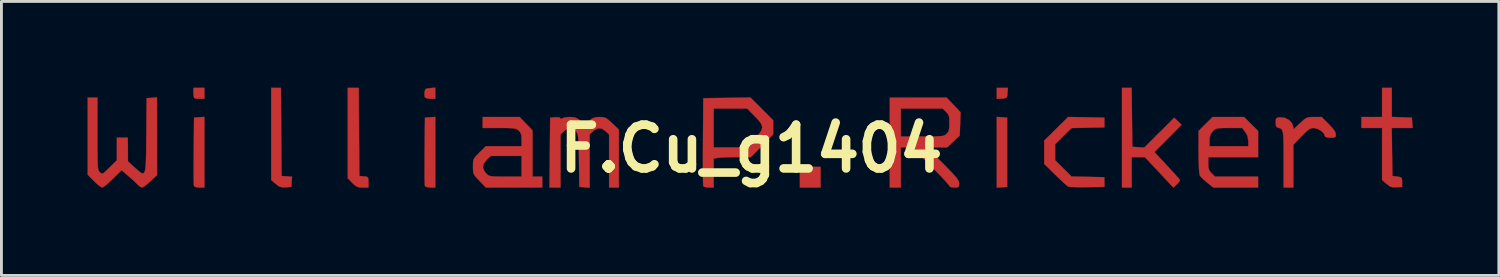
<source format=kicad_pcb>
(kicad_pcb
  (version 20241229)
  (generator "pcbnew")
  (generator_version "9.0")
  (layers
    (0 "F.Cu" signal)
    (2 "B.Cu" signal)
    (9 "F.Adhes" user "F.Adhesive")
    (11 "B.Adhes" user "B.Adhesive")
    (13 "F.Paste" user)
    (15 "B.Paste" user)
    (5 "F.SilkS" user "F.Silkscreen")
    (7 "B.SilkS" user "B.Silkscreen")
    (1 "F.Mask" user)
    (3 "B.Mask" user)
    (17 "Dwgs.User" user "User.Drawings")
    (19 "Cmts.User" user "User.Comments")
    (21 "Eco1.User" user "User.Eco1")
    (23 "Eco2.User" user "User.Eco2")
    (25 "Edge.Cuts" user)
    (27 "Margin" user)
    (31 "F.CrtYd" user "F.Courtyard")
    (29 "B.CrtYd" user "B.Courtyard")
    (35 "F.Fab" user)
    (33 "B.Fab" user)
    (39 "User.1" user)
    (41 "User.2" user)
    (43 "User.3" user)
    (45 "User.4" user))
  (footprint "F.Cu_g1404"
    (layer "F.Cu")
    (at 23.119 2.127)
    (property "Reference" "F.Cu_g1404" (at 0 0 0) (layer "F.SilkS") (effects (font (size 1.524 1.524) (thickness 0.3))))
    (attr through_hole)
    (fp_poly (pts (xy 2.413 1.355) (xy 1.693 1.355) (xy 1.693 0.635) (xy 2.413 0.635) (xy 2.413 1.355)) (stroke (width 0.01) (type solid)) (fill yes) (layer "F.Cu"))
    (fp_poly (pts (xy 8.731 -1.093) (xy 8.911 -1.079) (xy 8.911 1.333) (xy 8.731 1.347) (xy 8.551 1.36) (xy 8.551 -1.106) (xy 8.731 -1.093)) (stroke (width 0.01) (type solid)) (fill yes) (layer "F.Cu"))
    (fp_poly (pts (xy 8.924 -1.937) (xy 8.912 -1.824) (xy 8.88 -1.77) (xy 8.803 -1.75) (xy 8.731 -1.744) (xy 8.551 -1.731) (xy 8.551 -2.117) (xy 8.937 -2.117) (xy 8.924 -1.937)) (stroke (width 0.01) (type solid)) (fill yes) (layer "F.Cu"))
    (fp_poly (pts (xy -19.05 -1.736) (xy -19.212 -1.736) (xy -19.324 -1.742) (xy -19.396 -1.759) (xy -19.403 -1.764) (xy -19.421 -1.821) (xy -19.431 -1.927) (xy -19.431 -1.954) (xy -19.431 -2.117) (xy -19.05 -2.117) (xy -19.05 -1.736)) (stroke (width 0.01) (type solid)) (fill yes) (layer "F.Cu"))
    (fp_poly (pts (xy -11.007 -1.736) (xy -11.177 -1.736) (xy -11.307 -1.751) (xy -11.37 -1.793) (xy -11.371 -1.796) (xy -11.384 -1.881) (xy -11.38 -1.976) (xy -11.362 -2.052) (xy -11.316 -2.09) (xy -11.214 -2.106) (xy -11.187 -2.109) (xy -11.007 -2.122) (xy -11.007 -1.736)) (stroke (width 0.01) (type solid)) (fill yes) (layer "F.Cu"))
    (fp_poly (pts (xy -16.373 -0.582) (xy -16.362 0.953) (xy -15.997 0.979) (xy -16.01 1.156) (xy -16.023 1.333) (xy -16.22 1.346) (xy -16.356 1.346) (xy -16.456 1.312) (xy -16.565 1.229) (xy -16.57 1.225) (xy -16.722 1.092) (xy -16.722 -2.117) (xy -16.384 -2.117) (xy -16.373 -0.582)) (stroke (width 0.01) (type solid)) (fill yes) (layer "F.Cu"))
    (fp_poly (pts (xy -19.05 1.355) (xy -19.221 1.355) (xy -19.338 1.342) (xy -19.406 1.31) (xy -19.412 1.301) (xy -19.417 1.246) (xy -19.421 1.118) (xy -19.423 0.928) (xy -19.424 0.688) (xy -19.423 0.409) (xy -19.421 0.103) (xy -19.421 0.084) (xy -19.41 -1.079) (xy -19.23 -1.093) (xy -19.05 -1.106) (xy -19.05 1.355)) (stroke (width 0.01) (type solid)) (fill yes) (layer "F.Cu"))
    (fp_poly (pts (xy -11.007 1.355) (xy -11.177 1.355) (xy -11.295 1.342) (xy -11.363 1.31) (xy -11.369 1.301) (xy -11.374 1.246) (xy -11.377 1.118) (xy -11.38 0.928) (xy -11.381 0.688) (xy -11.38 0.409) (xy -11.378 0.103) (xy -11.378 0.084) (xy -11.367 -1.079) (xy -11.187 -1.093) (xy -11.007 -1.106) (xy -11.007 1.355)) (stroke (width 0.01) (type solid)) (fill yes) (layer "F.Cu"))
    (fp_poly (pts (xy -13.664 -0.582) (xy -13.652 0.953) (xy -13.494 0.966) (xy -13.396 0.978) (xy -13.35 1.01) (xy -13.336 1.086) (xy -13.335 1.167) (xy -13.335 1.355) (xy -13.538 1.355) (xy -13.669 1.347) (xy -13.763 1.312) (xy -13.86 1.232) (xy -13.898 1.194) (xy -14.055 1.034) (xy -14.055 -2.117) (xy -13.675 -2.117) (xy -13.664 -0.582)) (stroke (width 0.01) (type solid)) (fill yes) (layer "F.Cu"))
    (fp_poly (pts (xy 22.31 -1.104) (xy 22.659 -1.092) (xy 23.008 -1.079) (xy 23.021 -0.9) (xy 23.034 -0.72) (xy 22.308 -0.72) (xy 22.319 0.116) (xy 22.331 0.953) (xy 22.5 0.974) (xy 22.608 0.992) (xy 22.657 1.029) (xy 22.669 1.112) (xy 22.669 1.164) (xy 22.669 1.333) (xy 22.472 1.346) (xy 22.336 1.346) (xy 22.236 1.312) (xy 22.127 1.229) (xy 22.123 1.225) (xy 21.971 1.092) (xy 21.971 -0.72) (xy 21.251 -0.72) (xy 21.251 -1.101) (xy 21.971 -1.101) (xy 21.971 -2.117) (xy 22.31 -2.117) (xy 22.31 -1.104)) (stroke (width 0.01) (type solid)) (fill yes) (layer "F.Cu"))
    (fp_poly (pts (xy 13.26 -1.09) (xy 13.271 -0.064) (xy 13.48 -0.05) (xy 13.688 -0.037) (xy 14.209 -0.557) (xy 14.73 -1.076) (xy 14.859 -0.953) (xy 14.988 -0.829) (xy 14.515 -0.354) (xy 14.042 0.12) (xy 14.482 0.592) (xy 14.636 0.758) (xy 14.767 0.902) (xy 14.867 1.014) (xy 14.924 1.081) (xy 14.934 1.095) (xy 14.913 1.141) (xy 14.849 1.217) (xy 14.825 1.241) (xy 14.704 1.357) (xy 14.206 0.827) (xy 13.708 0.296) (xy 13.25 0.296) (xy 13.25 1.355) (xy 12.912 1.355) (xy 12.912 -2.117) (xy 13.249 -2.117) (xy 13.26 -1.09)) (stroke (width 0.01) (type solid)) (fill yes) (layer "F.Cu"))
    (fp_poly (pts (xy 11.669 -1.091) (xy 12.298 -1.079) (xy 12.298 -0.741) (xy 11.726 -0.729) (xy 11.155 -0.717) (xy 10.869 -0.434) (xy 10.583 -0.15) (xy 10.583 0.404) (xy 10.869 0.688) (xy 11.155 0.971) (xy 11.726 0.983) (xy 12.298 0.995) (xy 12.298 1.333) (xy 11.705 1.341) (xy 11.485 1.343) (xy 11.293 1.341) (xy 11.145 1.336) (xy 11.06 1.328) (xy 11.049 1.326) (xy 10.996 1.289) (xy 10.897 1.203) (xy 10.766 1.082) (xy 10.615 0.937) (xy 10.594 0.917) (xy 10.202 0.531) (xy 10.202 -0.28) (xy 10.621 -0.692) (xy 11.039 -1.103) (xy 11.669 -1.091)) (stroke (width 0.01) (type solid)) (fill yes) (layer "F.Cu"))
    (fp_poly (pts (xy 0.762 -0.99) (xy 0.762 -0.497) (xy 0.373 -0.1) (xy -0.016 0.296) (xy -0.532 0.296) (xy -0.746 0.298) (xy -0.94 0.304) (xy -1.094 0.313) (xy -1.18 0.323) (xy -1.312 0.349) (xy -1.312 1.355) (xy -1.483 1.355) (xy -1.6 1.342) (xy -1.668 1.311) (xy -1.674 1.302) (xy -1.678 1.248) (xy -1.682 1.12) (xy -1.684 0.927) (xy -1.686 0.68) (xy -1.686 0.387) (xy -1.685 0.06) (xy -1.683 -0.254) (xy -1.675 -1.397) (xy -1.312 -1.397) (xy -1.312 -0.042) (xy -0.193 -0.042) (xy 0.094 -0.327) (xy 0.255 -0.495) (xy 0.351 -0.627) (xy 0.382 -0.742) (xy 0.35 -0.855) (xy 0.254 -0.987) (xy 0.118 -1.131) (xy -0.146 -1.397) (xy -1.312 -1.397) (xy -1.675 -1.397) (xy -1.672 -1.757) (xy -0.85 -1.768) (xy -0.028 -1.78) (xy 0.762 -0.99)) (stroke (width 0.01) (type solid)) (fill yes) (layer "F.Cu"))
    (fp_poly (pts (xy 17.408 -0.859) (xy 17.653 -0.616) (xy 17.653 0.296) (xy 15.917 0.296) (xy 15.917 0.521) (xy 15.925 0.666) (xy 15.955 0.762) (xy 16.021 0.845) (xy 16.036 0.86) (xy 16.155 0.974) (xy 17.653 0.974) (xy 17.653 1.355) (xy 16.094 1.355) (xy 15.88 1.186) (xy 15.761 1.084) (xy 15.666 0.99) (xy 15.623 0.934) (xy 15.607 0.863) (xy 15.594 0.72) (xy 15.585 0.518) (xy 15.579 0.272) (xy 15.579 0.118) (xy 15.579 -0.283) (xy 15.96 -0.283) (xy 15.96 -0.085) (xy 17.314 -0.085) (xy 17.314 -0.261) (xy 17.281 -0.449) (xy 17.206 -0.578) (xy 17.098 -0.72) (xy 16.643 -0.72) (xy 16.441 -0.719) (xy 16.304 -0.713) (xy 16.215 -0.699) (xy 16.154 -0.673) (xy 16.102 -0.631) (xy 16.073 -0.601) (xy 15.996 -0.498) (xy 15.964 -0.38) (xy 15.96 -0.283) (xy 15.579 -0.283) (xy 15.579 -0.616) (xy 15.823 -0.859) (xy 16.068 -1.101) (xy 17.164 -1.101) (xy 17.408 -0.859)) (stroke (width 0.01) (type solid)) (fill yes) (layer "F.Cu"))
    (fp_poly (pts (xy -7.62 -0.637) (xy -7.62 0.974) (xy -7.281 0.974) (xy -7.281 1.355) (xy -9.245 1.355) (xy -9.47 1.123) (xy -9.583 1.003) (xy -9.65 0.916) (xy -9.683 0.834) (xy -9.693 0.731) (xy -9.694 0.662) (xy -9.349 0.662) (xy -9.292 0.796) (xy -9.242 0.855) (xy -9.194 0.903) (xy -9.146 0.936) (xy -9.083 0.956) (xy -8.989 0.968) (xy -8.847 0.973) (xy -8.642 0.974) (xy -8.565 0.974) (xy -8.001 0.974) (xy -8.001 0.254) (xy -9.076 0.254) (xy -9.216 0.389) (xy -9.324 0.529) (xy -9.349 0.662) (xy -9.694 0.662) (xy -9.694 0.624) (xy -9.692 0.485) (xy -9.677 0.391) (xy -9.636 0.312) (xy -9.556 0.222) (xy -9.471 0.136) (xy -9.247 -0.085) (xy -8.001 -0.085) (xy -8.001 -0.31) (xy -8.009 -0.46) (xy -8.041 -0.557) (xy -8.099 -0.628) (xy -8.144 -0.665) (xy -8.198 -0.69) (xy -8.276 -0.706) (xy -8.394 -0.715) (xy -8.568 -0.719) (xy -8.776 -0.72) (xy -9.356 -0.72) (xy -9.356 -1.101) (xy -8.069 -1.101) (xy -7.62 -0.637)) (stroke (width 0.01) (type solid)) (fill yes) (layer "F.Cu"))
    (fp_poly (pts (xy -5.173 -1.096) (xy -5.085 -1.074) (xy -4.999 -1.021) (xy -4.889 -0.924) (xy -4.845 -0.883) (xy -4.614 -0.665) (xy -4.614 1.355) (xy -4.953 1.355) (xy -4.953 -0.492) (xy -5.072 -0.606) (xy -5.21 -0.699) (xy -5.346 -0.707) (xy -5.483 -0.632) (xy -5.512 -0.606) (xy -5.63 -0.492) (xy -5.63 1.36) (xy -5.81 1.347) (xy -5.99 1.333) (xy -6.002 0.429) (xy -6.006 0.127) (xy -6.011 -0.103) (xy -6.018 -0.272) (xy -6.029 -0.392) (xy -6.043 -0.476) (xy -6.063 -0.536) (xy -6.09 -0.584) (xy -6.1 -0.598) (xy -6.21 -0.697) (xy -6.337 -0.714) (xy -6.475 -0.651) (xy -6.528 -0.606) (xy -6.646 -0.492) (xy -6.646 1.355) (xy -7.029 1.355) (xy -7.006 -1.079) (xy -6.826 -1.093) (xy -6.7 -1.091) (xy -6.648 -1.063) (xy -6.646 -1.052) (xy -6.634 -1.021) (xy -6.596 -1.05) (xy -6.526 -1.079) (xy -6.406 -1.097) (xy -6.322 -1.101) (xy -6.173 -1.092) (xy -6.065 -1.056) (xy -5.959 -0.978) (xy -5.949 -0.969) (xy -5.8 -0.838) (xy -5.65 -0.969) (xy -5.537 -1.054) (xy -5.426 -1.092) (xy -5.288 -1.101) (xy -5.173 -1.096)) (stroke (width 0.01) (type solid)) (fill yes) (layer "F.Cu"))
    (fp_poly (pts (xy 20.115 -0.853) (xy 20.256 -0.702) (xy 20.336 -0.587) (xy 20.362 -0.498) (xy 20.362 -0.494) (xy 20.355 -0.424) (xy 20.319 -0.391) (xy 20.231 -0.382) (xy 20.172 -0.381) (xy 20.038 -0.392) (xy 19.983 -0.426) (xy 19.981 -0.437) (xy 19.945 -0.526) (xy 19.852 -0.616) (xy 19.731 -0.687) (xy 19.607 -0.719) (xy 19.594 -0.72) (xy 19.516 -0.712) (xy 19.441 -0.681) (xy 19.353 -0.615) (xy 19.235 -0.502) (xy 19.163 -0.427) (xy 18.881 -0.135) (xy 18.881 1.355) (xy 18.542 1.355) (xy 18.542 0.365) (xy 18.542 0.039) (xy 18.539 -0.212) (xy 18.533 -0.399) (xy 18.521 -0.531) (xy 18.502 -0.619) (xy 18.473 -0.674) (xy 18.434 -0.704) (xy 18.382 -0.72) (xy 18.352 -0.726) (xy 18.295 -0.755) (xy 18.27 -0.827) (xy 18.267 -0.911) (xy 18.272 -1.019) (xy 18.302 -1.07) (xy 18.377 -1.088) (xy 18.415 -1.091) (xy 18.582 -1.072) (xy 18.73 -0.998) (xy 18.834 -0.885) (xy 18.866 -0.803) (xy 18.892 -0.675) (xy 19.116 -0.888) (xy 19.236 -0.998) (xy 19.324 -1.061) (xy 19.409 -1.091) (xy 19.52 -1.1) (xy 19.605 -1.101) (xy 19.868 -1.101) (xy 20.115 -0.853)) (stroke (width 0.01) (type solid)) (fill yes) (layer "F.Cu"))
    (fp_poly (pts (xy 7.046 -1.523) (xy 7.289 -1.268) (xy 7.275 -0.864) (xy 7.26 -0.46) (xy 7.041 -0.251) (xy 6.822 -0.042) (xy 6.118 -0.042) (xy 6.679 0.519) (xy 6.879 0.721) (xy 7.025 0.874) (xy 7.127 0.989) (xy 7.191 1.074) (xy 7.225 1.14) (xy 7.238 1.196) (xy 7.239 1.218) (xy 7.233 1.305) (xy 7.199 1.344) (xy 7.113 1.354) (xy 7.07 1.355) (xy 6.949 1.342) (xy 6.901 1.307) (xy 6.9 1.301) (xy 6.872 1.257) (xy 6.791 1.163) (xy 6.668 1.028) (xy 6.51 0.862) (xy 6.327 0.676) (xy 6.254 0.603) (xy 5.608 -0.042) (xy 5.207 -0.042) (xy 5.207 1.355) (xy 4.826 1.355) (xy 4.826 -1.397) (xy 5.207 -1.397) (xy 5.207 -0.423) (xy 5.956 -0.423) (xy 6.226 -0.424) (xy 6.424 -0.426) (xy 6.564 -0.432) (xy 6.659 -0.443) (xy 6.723 -0.461) (xy 6.768 -0.486) (xy 6.802 -0.515) (xy 6.857 -0.58) (xy 6.887 -0.66) (xy 6.899 -0.782) (xy 6.9 -0.888) (xy 6.897 -1.046) (xy 6.88 -1.147) (xy 6.841 -1.22) (xy 6.782 -1.283) (xy 6.663 -1.397) (xy 5.207 -1.397) (xy 4.826 -1.397) (xy 4.826 -1.778) (xy 5.814 -1.778) (xy 6.803 -1.778) (xy 7.046 -1.523)) (stroke (width 0.01) (type solid)) (fill yes) (layer "F.Cu"))
    (fp_poly (pts (xy -20.701 0.919) (xy -20.931 1.137) (xy -21.05 1.242) (xy -21.152 1.32) (xy -21.216 1.354) (xy -21.221 1.355) (xy -21.291 1.326) (xy -21.361 1.265) (xy -21.433 1.194) (xy -21.545 1.089) (xy -21.676 0.973) (xy -21.688 0.962) (xy -21.934 0.749) (xy -22.239 1.052) (xy -22.374 1.179) (xy -22.492 1.28) (xy -22.577 1.342) (xy -22.608 1.355) (xy -22.668 1.326) (xy -22.765 1.251) (xy -22.88 1.145) (xy -22.893 1.131) (xy -23.114 0.908) (xy -23.114 -1.778) (xy -22.775 -1.778) (xy -22.775 -0.515) (xy -22.775 -0.154) (xy -22.774 0.132) (xy -22.772 0.351) (xy -22.767 0.515) (xy -22.76 0.632) (xy -22.749 0.712) (xy -22.735 0.764) (xy -22.716 0.799) (xy -22.692 0.824) (xy -22.689 0.827) (xy -22.645 0.862) (xy -22.604 0.87) (xy -22.55 0.842) (xy -22.468 0.769) (xy -22.351 0.655) (xy -22.098 0.405) (xy -22.098 -0.381) (xy -21.717 -0.381) (xy -21.714 0.032) (xy -21.712 0.445) (xy -21.46 0.672) (xy -21.36 0.761) (xy -21.28 0.826) (xy -21.217 0.861) (xy -21.169 0.859) (xy -21.134 0.814) (xy -21.109 0.719) (xy -21.093 0.569) (xy -21.083 0.356) (xy -21.078 0.075) (xy -21.074 -0.282) (xy -21.072 -0.481) (xy -21.061 -1.757) (xy -20.881 -1.77) (xy -20.701 -1.783) (xy -20.701 0.919)) (stroke (width 0.01) (type solid)) (fill yes) (layer "F.Cu")))
  (gr_rect
    (start -3 -3)
    (end 49.158 6.545)
    (stroke (width 0.1) (type default))
    (fill no)
    (layer "Edge.Cuts")))
</source>
